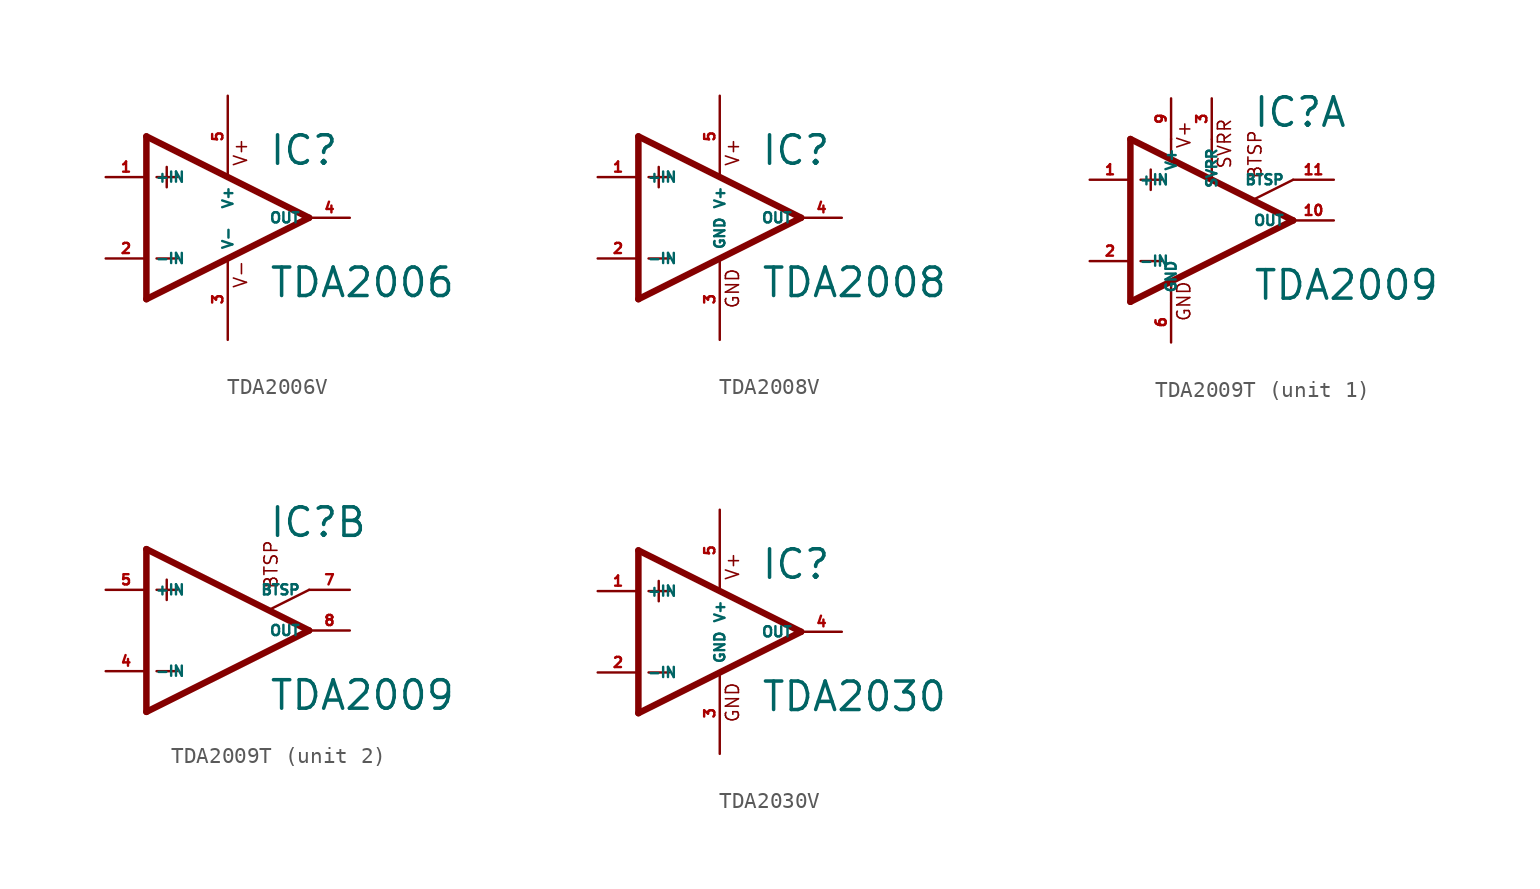
<source format=kicad_sym>
(kicad_symbol_lib
  (version 20220914)
  (generator Eagle2Kicad)
  (symbol "TDA2006V"
    (property "Reference" "IC"
      (at 2.54 3.175 0)
      (effects (font (size 1.778 1.778) (thickness 0.22)) (justify left bottom)))
    (property "Value" "TDA2006"
      (at 2.54 -5.08 0)
      (effects (font (size 1.778 1.778) (thickness 0.22)) (justify left bottom)))
    (polyline
      (pts (xy -5.08 5.08) (xy -5.08 -5.08))
      (stroke (width 0.406) (type default))
      (fill (type none)))
    (polyline
      (pts (xy -5.08 -5.08) (xy 5.08 0))
      (stroke (width 0.406) (type default))
      (fill (type none)))
    (polyline
      (pts (xy 5.08 0) (xy -5.08 5.08))
      (stroke (width 0.406) (type default))
      (fill (type none)))
    (polyline
      (pts (xy -3.81 3.175) (xy -3.81 1.905))
      (stroke (width 0.152) (type default))
      (fill (type none)))
    (polyline
      (pts (xy -4.445 2.54) (xy -3.175 2.54))
      (stroke (width 0.152) (type default))
      (fill (type none)))
    (polyline
      (pts (xy -4.445 -2.54) (xy -3.175 -2.54))
      (stroke (width 0.152) (type default))
      (fill (type none)))
    (text "V+"
      (at 1.27 3.175 900)
      (effects (font (size 0.813 0.813) (thickness 0.10)) (justify left bottom)))
    (text "V-"
      (at 1.27 -4.445 900)
      (effects (font (size 0.813 0.813) (thickness 0.10)) (justify left bottom)))
    (pin input line
      (at -7.62 -2.54 0)
      (length 2.54)
      (name "-IN" (effects (font (size 0.635 0.635) (thickness 0.08)) (justify left bottom)))
      (number "2" (effects (font (size 0.635 0.635) (thickness 0.08)) (justify left bottom))))
    (pin input line
      (at -7.62 2.54 0)
      (length 2.54)
      (name "+IN" (effects (font (size 0.635 0.635) (thickness 0.08)) (justify left bottom)))
      (number "1" (effects (font (size 0.635 0.635) (thickness 0.08)) (justify left bottom))))
    (pin output line
      (at 7.62 0 180)
      (length 2.54)
      (name "OUT" (effects (font (size 0.635 0.635) (thickness 0.08)) (justify left bottom)))
      (number "4" (effects (font (size 0.635 0.635) (thickness 0.08)) (justify left bottom))))
    (pin unspecified line
      (at 0 7.62 270)
      (length 5.08)
      (name "V+" (effects (font (size 0.635 0.635) (thickness 0.08)) (justify left bottom)))
      (number "5" (effects (font (size 0.635 0.635) (thickness 0.08)) (justify left bottom))))
    (pin unspecified line
      (at 0 -7.62 90)
      (length 5.08)
      (name "V-" (effects (font (size 0.635 0.635) (thickness 0.08)) (justify left bottom)))
      (number "3" (effects (font (size 0.635 0.635) (thickness 0.08)) (justify left bottom)))))
  (symbol "TDA2008V"
    (property "Reference" "IC"
      (at 2.54 3.175 0)
      (effects (font (size 1.778 1.778) (thickness 0.22)) (justify left bottom)))
    (property "Value" "TDA2008"
      (at 2.54 -5.08 0)
      (effects (font (size 1.778 1.778) (thickness 0.22)) (justify left bottom)))
    (polyline
      (pts (xy -5.08 5.08) (xy -5.08 -5.08))
      (stroke (width 0.406) (type default))
      (fill (type none)))
    (polyline
      (pts (xy -5.08 -5.08) (xy 5.08 0))
      (stroke (width 0.406) (type default))
      (fill (type none)))
    (polyline
      (pts (xy 5.08 0) (xy -5.08 5.08))
      (stroke (width 0.406) (type default))
      (fill (type none)))
    (polyline
      (pts (xy -3.81 3.175) (xy -3.81 1.905))
      (stroke (width 0.152) (type default))
      (fill (type none)))
    (polyline
      (pts (xy -4.445 2.54) (xy -3.175 2.54))
      (stroke (width 0.152) (type default))
      (fill (type none)))
    (polyline
      (pts (xy -4.445 -2.54) (xy -3.175 -2.54))
      (stroke (width 0.152) (type default))
      (fill (type none)))
    (text "V+"
      (at 1.27 3.175 900)
      (effects (font (size 0.813 0.813) (thickness 0.10)) (justify left bottom)))
    (text "GND"
      (at 1.27 -5.715 900)
      (effects (font (size 0.813 0.813) (thickness 0.10)) (justify left bottom)))
    (pin input line
      (at -7.62 -2.54 0)
      (length 2.54)
      (name "-IN" (effects (font (size 0.635 0.635) (thickness 0.08)) (justify left bottom)))
      (number "2" (effects (font (size 0.635 0.635) (thickness 0.08)) (justify left bottom))))
    (pin input line
      (at -7.62 2.54 0)
      (length 2.54)
      (name "+IN" (effects (font (size 0.635 0.635) (thickness 0.08)) (justify left bottom)))
      (number "1" (effects (font (size 0.635 0.635) (thickness 0.08)) (justify left bottom))))
    (pin output line
      (at 7.62 0 180)
      (length 2.54)
      (name "OUT" (effects (font (size 0.635 0.635) (thickness 0.08)) (justify left bottom)))
      (number "4" (effects (font (size 0.635 0.635) (thickness 0.08)) (justify left bottom))))
    (pin unspecified line
      (at 0 7.62 270)
      (length 5.08)
      (name "V+" (effects (font (size 0.635 0.635) (thickness 0.08)) (justify left bottom)))
      (number "5" (effects (font (size 0.635 0.635) (thickness 0.08)) (justify left bottom))))
    (pin unspecified line
      (at 0 -7.62 90)
      (length 5.08)
      (name "GND" (effects (font (size 0.635 0.635) (thickness 0.08)) (justify left bottom)))
      (number "3" (effects (font (size 0.635 0.635) (thickness 0.08)) (justify left bottom)))))
  (symbol "TDA2009T"
    (property "Reference" "IC"
      (at 2.54 5.715 0)
      (effects (font (size 1.778 1.778) (thickness 0.22)) (justify left bottom)))
    (property "Value" "TDA2009"
      (at 2.54 -5.08 0)
      (effects (font (size 1.778 1.778) (thickness 0.22)) (justify left bottom)))
    (symbol "TDA2009T_1_0"
      (polyline (pts (xy -3.81 3.175) (xy -3.81 1.905)) (stroke (width 0.152) (type default)) (fill (type none)))
      (polyline (pts (xy -4.445 2.54) (xy -3.175 2.54)) (stroke (width 0.152) (type default)) (fill (type none)))
      (polyline (pts (xy -4.445 -2.54) (xy -3.175 -2.54)) (stroke (width 0.152) (type default)) (fill (type none)))
      (polyline (pts (xy -2.54 5.08) (xy -2.54 3.886)) (stroke (width 0.152) (type default)) (fill (type none)))
      (polyline (pts (xy 0 5.055) (xy 0 2.591)) (stroke (width 0.152) (type default)) (fill (type none)))
      (polyline (pts (xy -2.54 -3.886) (xy -2.54 -5.029)) (stroke (width 0.152) (type default)) (fill (type none)))
      (polyline (pts (xy 5.08 2.54) (xy 2.591 1.295)) (stroke (width 0.152) (type default)) (fill (type none)))
      (polyline (pts (xy 5.08 0) (xy -5.08 5.08)) (stroke (width 0.406) (type default)) (fill (type none)))
      (polyline (pts (xy -5.08 5.08) (xy -5.08 -5.08)) (stroke (width 0.406) (type default)) (fill (type none)))
      (polyline (pts (xy -5.08 -5.08) (xy 5.08 0)) (stroke (width 0.406) (type default)) (fill (type none)))
      (text "SVRR" (at 1.27 3.175 900) (effects (font (size 0.813 0.813) (thickness 0.10)) (justify left bottom)))
      (text "BTSP" (at 3.175 2.54 900) (effects (font (size 0.813 0.813) (thickness 0.10)) (justify left bottom)))
      (text "V+" (at -1.27 4.445 900) (effects (font (size 0.813 0.813) (thickness 0.10)) (justify left bottom)))
      (text "GND" (at -1.27 -6.35 900) (effects (font (size 0.813 0.813) (thickness 0.10)) (justify left bottom)))
      (pin passive line (at 7.62 2.54 180) (length 2.54) (name "BTSP" (effects (font (size 0.635 0.635) (thickness 0.08)) (justify left bottom))) (number "11" (effects (font (size 0.635 0.635) (thickness 0.08)) (justify left bottom))))
      (pin passive line (at 0 7.62 270) (length 2.54) (name "SVRR" (effects (font (size 0.635 0.635) (thickness 0.08)) (justify left bottom))) (number "3" (effects (font (size 0.635 0.635) (thickness 0.08)) (justify left bottom))))
      (pin input line (at -7.62 -2.54 0) (length 2.54) (name "-IN" (effects (font (size 0.635 0.635) (thickness 0.08)) (justify left bottom))) (number "2" (effects (font (size 0.635 0.635) (thickness 0.08)) (justify left bottom))))
      (pin input line (at -7.62 2.54 0) (length 2.54) (name "+IN" (effects (font (size 0.635 0.635) (thickness 0.08)) (justify left bottom))) (number "1" (effects (font (size 0.635 0.635) (thickness 0.08)) (justify left bottom))))
      (pin output line (at 7.62 0 180) (length 2.54) (name "OUT" (effects (font (size 0.635 0.635) (thickness 0.08)) (justify left bottom))) (number "10" (effects (font (size 0.635 0.635) (thickness 0.08)) (justify left bottom))))
      (pin unspecified line (at -2.54 7.62 270) (length 2.54) (name "V+" (effects (font (size 0.635 0.635) (thickness 0.08)) (justify left bottom))) (number "9" (effects (font (size 0.635 0.635) (thickness 0.08)) (justify left bottom))))
      (pin unspecified line (at -2.54 -7.62 90) (length 2.54) (name "GND" (effects (font (size 0.635 0.635) (thickness 0.08)) (justify left bottom))) (number "6" (effects (font (size 0.635 0.635) (thickness 0.08)) (justify left bottom)))))
    (symbol "TDA2009T_2_0"
      (polyline (pts (xy -3.81 3.175) (xy -3.81 1.905)) (stroke (width 0.152) (type default)) (fill (type none)))
      (polyline (pts (xy -4.445 2.54) (xy -3.175 2.54)) (stroke (width 0.152) (type default)) (fill (type none)))
      (polyline (pts (xy -4.445 -2.54) (xy -3.175 -2.54)) (stroke (width 0.152) (type default)) (fill (type none)))
      (polyline (pts (xy 5.08 2.54) (xy 2.591 1.295)) (stroke (width 0.152) (type default)) (fill (type none)))
      (polyline (pts (xy 5.08 0) (xy -5.08 5.08)) (stroke (width 0.406) (type default)) (fill (type none)))
      (polyline (pts (xy -5.08 5.08) (xy -5.08 -5.08)) (stroke (width 0.406) (type default)) (fill (type none)))
      (polyline (pts (xy -5.08 -5.08) (xy 5.08 0)) (stroke (width 0.406) (type default)) (fill (type none)))
      (text "BTSP" (at 3.175 2.54 900) (effects (font (size 0.813 0.813) (thickness 0.10)) (justify left bottom)))
      (pin passive line (at 7.62 2.54 180) (length 2.54) (name "BTSP" (effects (font (size 0.635 0.635) (thickness 0.08)) (justify left bottom))) (number "7" (effects (font (size 0.635 0.635) (thickness 0.08)) (justify left bottom))))
      (pin input line (at -7.62 -2.54 0) (length 2.54) (name "-IN" (effects (font (size 0.635 0.635) (thickness 0.08)) (justify left bottom))) (number "4" (effects (font (size 0.635 0.635) (thickness 0.08)) (justify left bottom))))
      (pin input line (at -7.62 2.54 0) (length 2.54) (name "+IN" (effects (font (size 0.635 0.635) (thickness 0.08)) (justify left bottom))) (number "5" (effects (font (size 0.635 0.635) (thickness 0.08)) (justify left bottom))))
      (pin output line (at 7.62 0 180) (length 2.54) (name "OUT" (effects (font (size 0.635 0.635) (thickness 0.08)) (justify left bottom))) (number "8" (effects (font (size 0.635 0.635) (thickness 0.08)) (justify left bottom))))))
  (symbol "TDA2030V"
    (property "Reference" "IC"
      (at 2.54 3.175 0)
      (effects (font (size 1.778 1.778) (thickness 0.22)) (justify left bottom)))
    (property "Value" "TDA2030"
      (at 2.54 -5.08 0)
      (effects (font (size 1.778 1.778) (thickness 0.22)) (justify left bottom)))
    (polyline
      (pts (xy -5.08 5.08) (xy -5.08 -5.08))
      (stroke (width 0.406) (type default))
      (fill (type none)))
    (polyline
      (pts (xy -5.08 -5.08) (xy 5.08 0))
      (stroke (width 0.406) (type default))
      (fill (type none)))
    (polyline
      (pts (xy 5.08 0) (xy -5.08 5.08))
      (stroke (width 0.406) (type default))
      (fill (type none)))
    (polyline
      (pts (xy -3.81 3.175) (xy -3.81 1.905))
      (stroke (width 0.152) (type default))
      (fill (type none)))
    (polyline
      (pts (xy -4.445 2.54) (xy -3.175 2.54))
      (stroke (width 0.152) (type default))
      (fill (type none)))
    (polyline
      (pts (xy -4.445 -2.54) (xy -3.175 -2.54))
      (stroke (width 0.152) (type default))
      (fill (type none)))
    (text "V+"
      (at 1.27 3.175 900)
      (effects (font (size 0.813 0.813) (thickness 0.10)) (justify left bottom)))
    (text "GND"
      (at 1.27 -5.715 900)
      (effects (font (size 0.813 0.813) (thickness 0.10)) (justify left bottom)))
    (pin input line
      (at -7.62 -2.54 0)
      (length 2.54)
      (name "-IN" (effects (font (size 0.635 0.635) (thickness 0.08)) (justify left bottom)))
      (number "2" (effects (font (size 0.635 0.635) (thickness 0.08)) (justify left bottom))))
    (pin input line
      (at -7.62 2.54 0)
      (length 2.54)
      (name "+IN" (effects (font (size 0.635 0.635) (thickness 0.08)) (justify left bottom)))
      (number "1" (effects (font (size 0.635 0.635) (thickness 0.08)) (justify left bottom))))
    (pin output line
      (at 7.62 0 180)
      (length 2.54)
      (name "OUT" (effects (font (size 0.635 0.635) (thickness 0.08)) (justify left bottom)))
      (number "4" (effects (font (size 0.635 0.635) (thickness 0.08)) (justify left bottom))))
    (pin unspecified line
      (at 0 7.62 270)
      (length 5.08)
      (name "V+" (effects (font (size 0.635 0.635) (thickness 0.08)) (justify left bottom)))
      (number "5" (effects (font (size 0.635 0.635) (thickness 0.08)) (justify left bottom))))
    (pin unspecified line
      (at 0 -7.62 90)
      (length 5.08)
      (name "GND" (effects (font (size 0.635 0.635) (thickness 0.08)) (justify left bottom)))
      (number "3" (effects (font (size 0.635 0.635) (thickness 0.08)) (justify left bottom))))))
</source>
